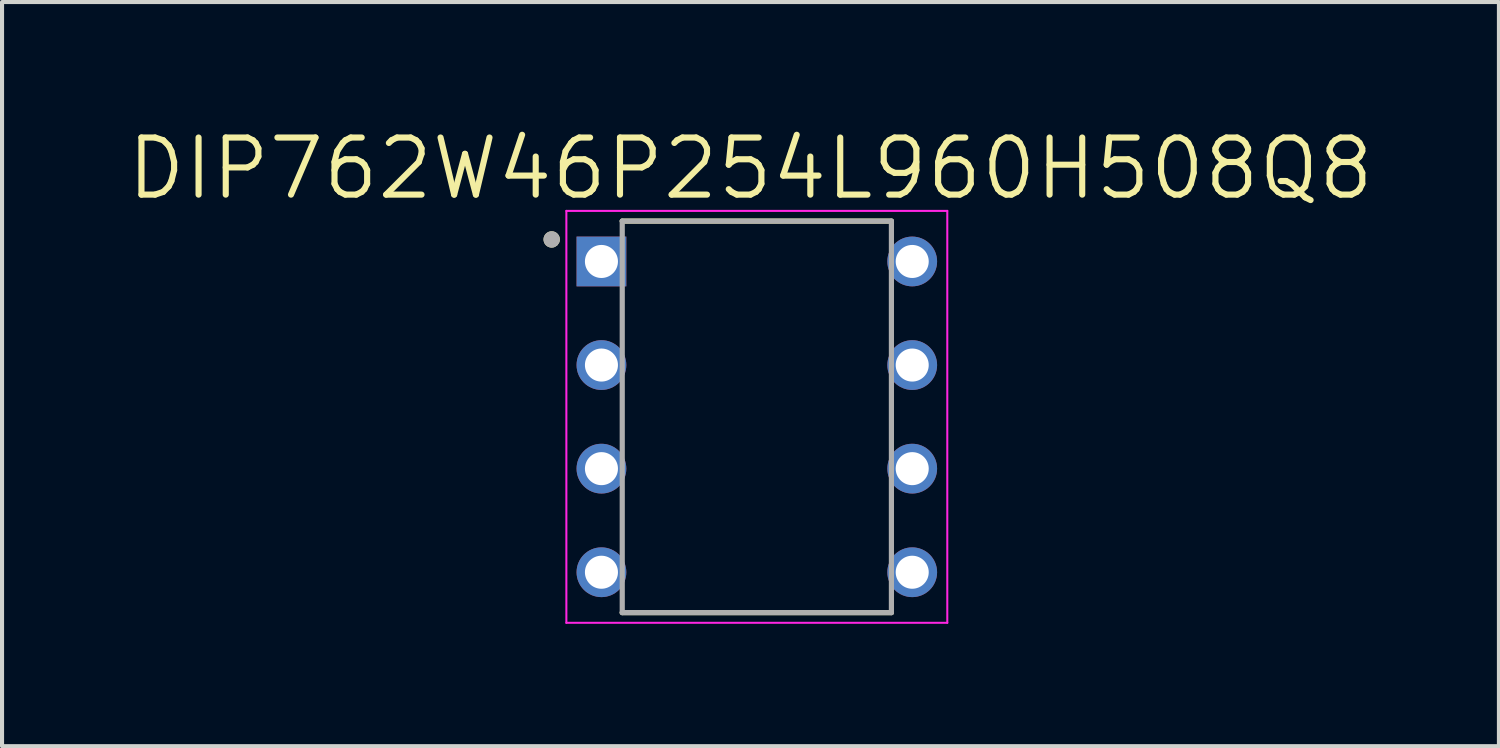
<source format=kicad_pcb>
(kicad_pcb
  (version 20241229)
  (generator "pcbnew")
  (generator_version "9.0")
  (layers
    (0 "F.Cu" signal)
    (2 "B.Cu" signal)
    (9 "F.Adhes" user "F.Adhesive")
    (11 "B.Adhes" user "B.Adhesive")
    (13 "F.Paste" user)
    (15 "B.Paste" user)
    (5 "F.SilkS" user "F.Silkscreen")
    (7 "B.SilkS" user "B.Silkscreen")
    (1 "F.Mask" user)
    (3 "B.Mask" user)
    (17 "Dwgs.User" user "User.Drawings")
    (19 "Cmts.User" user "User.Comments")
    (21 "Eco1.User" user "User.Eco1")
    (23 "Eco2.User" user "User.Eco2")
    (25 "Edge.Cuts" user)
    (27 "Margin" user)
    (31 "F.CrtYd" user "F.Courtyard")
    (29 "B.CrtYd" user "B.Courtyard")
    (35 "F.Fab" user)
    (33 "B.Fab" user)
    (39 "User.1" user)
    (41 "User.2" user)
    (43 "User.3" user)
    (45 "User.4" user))
  (footprint "DIP762W46P254L960H508Q8"
    (layer "F.Cu")
    (at 15.507 7.171)
    (property "Reference" "DIP762W46P254L960H508Q8" (at -0.155 -6.089 0) (layer "F.SilkS") (effects (font (size 1.4 1.4) (thickness 0.15))))
    (attr through_hole)
    (fp_line (start -3.3 -4.8) (end 3.3 -4.8) (stroke (width 0.127) (type solid)) (layer "F.SilkS"))
    (fp_line (start -3.3 4.8) (end 3.3 4.8) (stroke (width 0.127) (type solid)) (layer "F.SilkS"))
    (fp_circle (center -5.03 -4.35) (end -4.93 -4.35) (stroke (width 0.2) (type solid)) (fill no) (layer "F.SilkS"))
    (fp_line (start -4.67 -5.05) (end -4.67 5.05) (stroke (width 0.05) (type solid)) (layer "F.CrtYd"))
    (fp_line (start -4.67 5.05) (end 4.67 5.05) (stroke (width 0.05) (type solid)) (layer "F.CrtYd"))
    (fp_line (start 4.67 -5.05) (end -4.67 -5.05) (stroke (width 0.05) (type solid)) (layer "F.CrtYd"))
    (fp_line (start 4.67 5.05) (end 4.67 -5.05) (stroke (width 0.05) (type solid)) (layer "F.CrtYd"))
    (fp_line (start -3.3 -4.8) (end 3.3 -4.8) (stroke (width 0.127) (type solid)) (layer "F.Fab"))
    (fp_line (start -3.3 4.8) (end -3.3 -4.8) (stroke (width 0.127) (type solid)) (layer "F.Fab"))
    (fp_line (start 3.3 -4.8) (end 3.3 4.8) (stroke (width 0.127) (type solid)) (layer "F.Fab"))
    (fp_line (start 3.3 4.8) (end -3.3 4.8) (stroke (width 0.127) (type solid)) (layer "F.Fab"))
    (fp_circle (center -5.03 -4.35) (end -4.93 -4.35) (stroke (width 0.2) (type solid)) (fill no) (layer "F.Fab"))
    (pad "1" thru_hole rect (at -3.81 -3.81) (size 1.22 1.22) (drill 0.81) (layers "*.Cu" "*.Mask"))
    (pad "2" thru_hole circle (at -3.81 -1.27) (size 1.22 1.22) (drill 0.81) (layers "*.Cu" "*.Mask"))
    (pad "3" thru_hole circle (at -3.81 1.27) (size 1.22 1.22) (drill 0.81) (layers "*.Cu" "*.Mask"))
    (pad "4" thru_hole circle (at -3.81 3.81) (size 1.22 1.22) (drill 0.81) (layers "*.Cu" "*.Mask"))
    (pad "5" thru_hole circle (at 3.81 3.81) (size 1.22 1.22) (drill 0.81) (layers "*.Cu" "*.Mask"))
    (pad "6" thru_hole circle (at 3.81 1.27) (size 1.22 1.22) (drill 0.81) (layers "*.Cu" "*.Mask"))
    (pad "7" thru_hole circle (at 3.81 -1.27) (size 1.22 1.22) (drill 0.81) (layers "*.Cu" "*.Mask"))
    (pad "8" thru_hole circle (at 3.81 -3.81) (size 1.22 1.22) (drill 0.81) (layers "*.Cu" "*.Mask")))
  (gr_rect
    (start -3 -3)
    (end 33.703 15.246)
    (stroke (width 0.1) (type default))
    (fill no)
    (layer "Edge.Cuts")))
</source>
